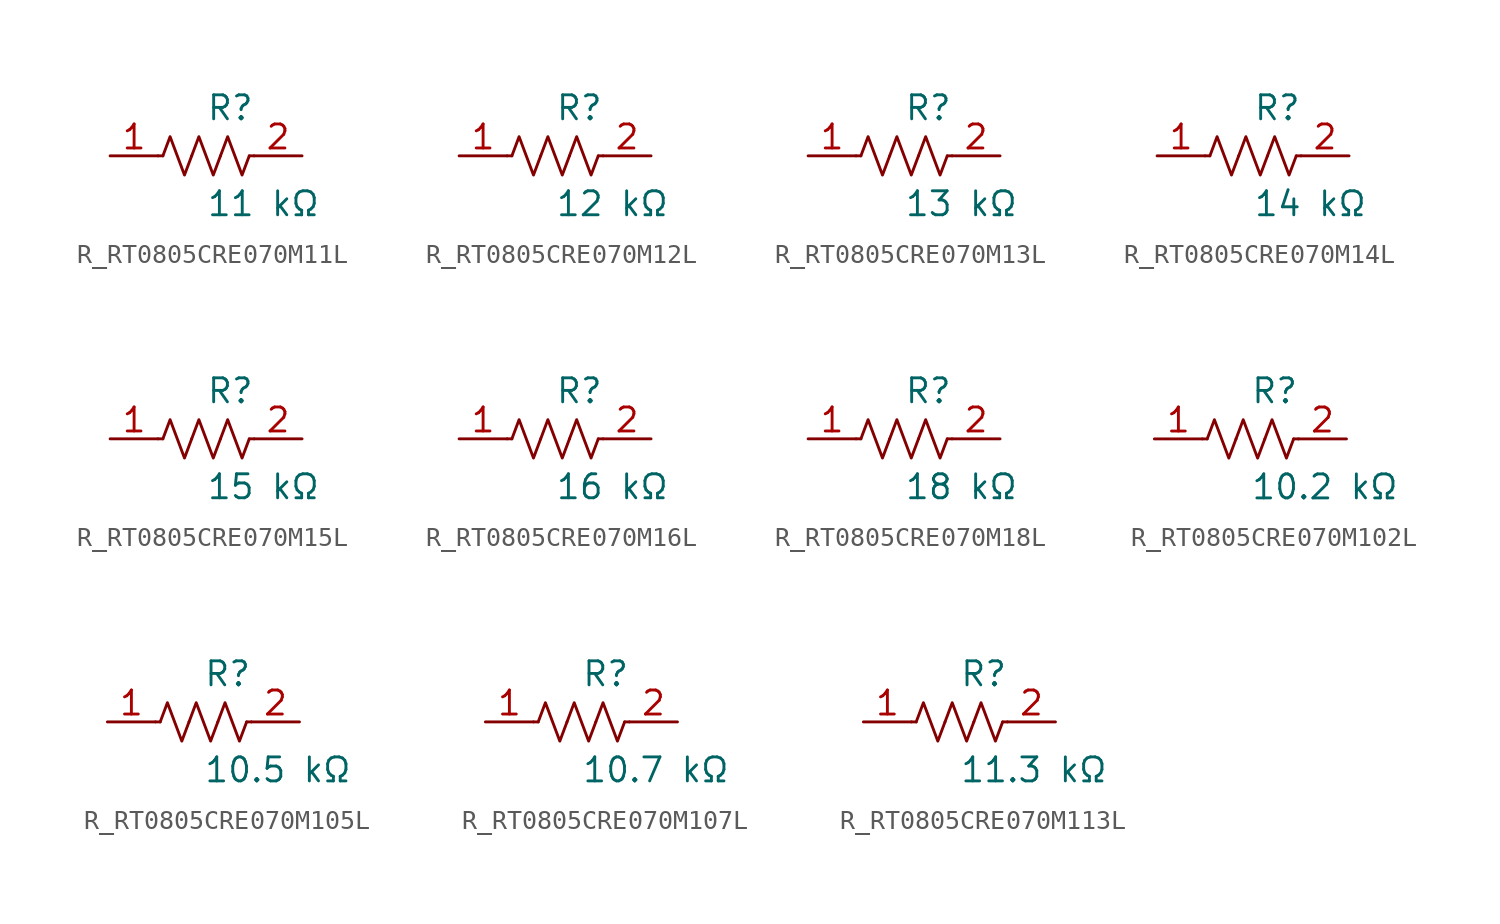
<source format=kicad_sym>
(kicad_symbol_lib
  (version 20231120)
  (generator kicad_symbol_editor)
  (generator_version 8.0)
  (symbol "R_RT0805CRE070M11L"
    (pin_names
      (offset 0.254))
    (property "Reference" "R"
      (at 0.0 2.54 0)
      (effects (font (size 1.27 1.27)) (justify left)))
    (property "Value" "11 kΩ"
      (at 0.0 -2.54 0)
      (effects (font (size 1.27 1.27)) (justify left)))
    (symbol "R_RT0805CRE070M11L_0_1"
      (polyline (pts (xy 2.286 0) (xy 2.54 0)) (stroke (width 0) (type default)) (fill (type none)))
      (polyline (pts (xy -2.286 0) (xy -2.54 0)) (stroke (width 0) (type default)) (fill (type none)))
      (polyline (pts (xy 0.762 0) (xy 1.143 1.016) (xy 1.524 0) (xy 1.905 -1.016) (xy 2.286 0)) (stroke (width 0) (type default)) (fill (type none)))
      (polyline (pts (xy -0.762 0) (xy -0.381 1.016) (xy 0 0) (xy 0.381 -1.016) (xy 0.762 0)) (stroke (width 0) (type default)) (fill (type none)))
      (polyline (pts (xy -2.286 0) (xy -1.905 1.016) (xy -1.524 0) (xy -1.143 -1.016) (xy -0.762 0)) (stroke (width 0) (type default)) (fill (type none))))
    (pin unspecified line
      (at -5.08 0 0)
      (length 2.54)
      (name "" (effects (font (size 1.27 1.27))))
      (number "1" (effects (font (size 1.27 1.27)))))
    (pin unspecified line
      (at 5.08 0 180)
      (length 2.54)
      (name "" (effects (font (size 1.27 1.27))))
      (number "2" (effects (font (size 1.27 1.27))))))
  (symbol "R_RT0805CRE070M12L"
    (pin_names
      (offset 0.254))
    (property "Reference" "R"
      (at 0.0 2.54 0)
      (effects (font (size 1.27 1.27)) (justify left)))
    (property "Value" "12 kΩ"
      (at 0.0 -2.54 0)
      (effects (font (size 1.27 1.27)) (justify left)))
    (symbol "R_RT0805CRE070M12L_0_1"
      (polyline (pts (xy 2.286 0) (xy 2.54 0)) (stroke (width 0) (type default)) (fill (type none)))
      (polyline (pts (xy -2.286 0) (xy -2.54 0)) (stroke (width 0) (type default)) (fill (type none)))
      (polyline (pts (xy 0.762 0) (xy 1.143 1.016) (xy 1.524 0) (xy 1.905 -1.016) (xy 2.286 0)) (stroke (width 0) (type default)) (fill (type none)))
      (polyline (pts (xy -0.762 0) (xy -0.381 1.016) (xy 0 0) (xy 0.381 -1.016) (xy 0.762 0)) (stroke (width 0) (type default)) (fill (type none)))
      (polyline (pts (xy -2.286 0) (xy -1.905 1.016) (xy -1.524 0) (xy -1.143 -1.016) (xy -0.762 0)) (stroke (width 0) (type default)) (fill (type none))))
    (pin unspecified line
      (at -5.08 0 0)
      (length 2.54)
      (name "" (effects (font (size 1.27 1.27))))
      (number "1" (effects (font (size 1.27 1.27)))))
    (pin unspecified line
      (at 5.08 0 180)
      (length 2.54)
      (name "" (effects (font (size 1.27 1.27))))
      (number "2" (effects (font (size 1.27 1.27))))))
  (symbol "R_RT0805CRE070M13L"
    (pin_names
      (offset 0.254))
    (property "Reference" "R"
      (at 0.0 2.54 0)
      (effects (font (size 1.27 1.27)) (justify left)))
    (property "Value" "13 kΩ"
      (at 0.0 -2.54 0)
      (effects (font (size 1.27 1.27)) (justify left)))
    (symbol "R_RT0805CRE070M13L_0_1"
      (polyline (pts (xy 2.286 0) (xy 2.54 0)) (stroke (width 0) (type default)) (fill (type none)))
      (polyline (pts (xy -2.286 0) (xy -2.54 0)) (stroke (width 0) (type default)) (fill (type none)))
      (polyline (pts (xy 0.762 0) (xy 1.143 1.016) (xy 1.524 0) (xy 1.905 -1.016) (xy 2.286 0)) (stroke (width 0) (type default)) (fill (type none)))
      (polyline (pts (xy -0.762 0) (xy -0.381 1.016) (xy 0 0) (xy 0.381 -1.016) (xy 0.762 0)) (stroke (width 0) (type default)) (fill (type none)))
      (polyline (pts (xy -2.286 0) (xy -1.905 1.016) (xy -1.524 0) (xy -1.143 -1.016) (xy -0.762 0)) (stroke (width 0) (type default)) (fill (type none))))
    (pin unspecified line
      (at -5.08 0 0)
      (length 2.54)
      (name "" (effects (font (size 1.27 1.27))))
      (number "1" (effects (font (size 1.27 1.27)))))
    (pin unspecified line
      (at 5.08 0 180)
      (length 2.54)
      (name "" (effects (font (size 1.27 1.27))))
      (number "2" (effects (font (size 1.27 1.27))))))
  (symbol "R_RT0805CRE070M14L"
    (pin_names
      (offset 0.254))
    (property "Reference" "R"
      (at 0.0 2.54 0)
      (effects (font (size 1.27 1.27)) (justify left)))
    (property "Value" "14 kΩ"
      (at 0.0 -2.54 0)
      (effects (font (size 1.27 1.27)) (justify left)))
    (symbol "R_RT0805CRE070M14L_0_1"
      (polyline (pts (xy 2.286 0) (xy 2.54 0)) (stroke (width 0) (type default)) (fill (type none)))
      (polyline (pts (xy -2.286 0) (xy -2.54 0)) (stroke (width 0) (type default)) (fill (type none)))
      (polyline (pts (xy 0.762 0) (xy 1.143 1.016) (xy 1.524 0) (xy 1.905 -1.016) (xy 2.286 0)) (stroke (width 0) (type default)) (fill (type none)))
      (polyline (pts (xy -0.762 0) (xy -0.381 1.016) (xy 0 0) (xy 0.381 -1.016) (xy 0.762 0)) (stroke (width 0) (type default)) (fill (type none)))
      (polyline (pts (xy -2.286 0) (xy -1.905 1.016) (xy -1.524 0) (xy -1.143 -1.016) (xy -0.762 0)) (stroke (width 0) (type default)) (fill (type none))))
    (pin unspecified line
      (at -5.08 0 0)
      (length 2.54)
      (name "" (effects (font (size 1.27 1.27))))
      (number "1" (effects (font (size 1.27 1.27)))))
    (pin unspecified line
      (at 5.08 0 180)
      (length 2.54)
      (name "" (effects (font (size 1.27 1.27))))
      (number "2" (effects (font (size 1.27 1.27))))))
  (symbol "R_RT0805CRE070M15L"
    (pin_names
      (offset 0.254))
    (property "Reference" "R"
      (at 0.0 2.54 0)
      (effects (font (size 1.27 1.27)) (justify left)))
    (property "Value" "15 kΩ"
      (at 0.0 -2.54 0)
      (effects (font (size 1.27 1.27)) (justify left)))
    (symbol "R_RT0805CRE070M15L_0_1"
      (polyline (pts (xy 2.286 0) (xy 2.54 0)) (stroke (width 0) (type default)) (fill (type none)))
      (polyline (pts (xy -2.286 0) (xy -2.54 0)) (stroke (width 0) (type default)) (fill (type none)))
      (polyline (pts (xy 0.762 0) (xy 1.143 1.016) (xy 1.524 0) (xy 1.905 -1.016) (xy 2.286 0)) (stroke (width 0) (type default)) (fill (type none)))
      (polyline (pts (xy -0.762 0) (xy -0.381 1.016) (xy 0 0) (xy 0.381 -1.016) (xy 0.762 0)) (stroke (width 0) (type default)) (fill (type none)))
      (polyline (pts (xy -2.286 0) (xy -1.905 1.016) (xy -1.524 0) (xy -1.143 -1.016) (xy -0.762 0)) (stroke (width 0) (type default)) (fill (type none))))
    (pin unspecified line
      (at -5.08 0 0)
      (length 2.54)
      (name "" (effects (font (size 1.27 1.27))))
      (number "1" (effects (font (size 1.27 1.27)))))
    (pin unspecified line
      (at 5.08 0 180)
      (length 2.54)
      (name "" (effects (font (size 1.27 1.27))))
      (number "2" (effects (font (size 1.27 1.27))))))
  (symbol "R_RT0805CRE070M16L"
    (pin_names
      (offset 0.254))
    (property "Reference" "R"
      (at 0.0 2.54 0)
      (effects (font (size 1.27 1.27)) (justify left)))
    (property "Value" "16 kΩ"
      (at 0.0 -2.54 0)
      (effects (font (size 1.27 1.27)) (justify left)))
    (symbol "R_RT0805CRE070M16L_0_1"
      (polyline (pts (xy 2.286 0) (xy 2.54 0)) (stroke (width 0) (type default)) (fill (type none)))
      (polyline (pts (xy -2.286 0) (xy -2.54 0)) (stroke (width 0) (type default)) (fill (type none)))
      (polyline (pts (xy 0.762 0) (xy 1.143 1.016) (xy 1.524 0) (xy 1.905 -1.016) (xy 2.286 0)) (stroke (width 0) (type default)) (fill (type none)))
      (polyline (pts (xy -0.762 0) (xy -0.381 1.016) (xy 0 0) (xy 0.381 -1.016) (xy 0.762 0)) (stroke (width 0) (type default)) (fill (type none)))
      (polyline (pts (xy -2.286 0) (xy -1.905 1.016) (xy -1.524 0) (xy -1.143 -1.016) (xy -0.762 0)) (stroke (width 0) (type default)) (fill (type none))))
    (pin unspecified line
      (at -5.08 0 0)
      (length 2.54)
      (name "" (effects (font (size 1.27 1.27))))
      (number "1" (effects (font (size 1.27 1.27)))))
    (pin unspecified line
      (at 5.08 0 180)
      (length 2.54)
      (name "" (effects (font (size 1.27 1.27))))
      (number "2" (effects (font (size 1.27 1.27))))))
  (symbol "R_RT0805CRE070M18L"
    (pin_names
      (offset 0.254))
    (property "Reference" "R"
      (at 0.0 2.54 0)
      (effects (font (size 1.27 1.27)) (justify left)))
    (property "Value" "18 kΩ"
      (at 0.0 -2.54 0)
      (effects (font (size 1.27 1.27)) (justify left)))
    (symbol "R_RT0805CRE070M18L_0_1"
      (polyline (pts (xy 2.286 0) (xy 2.54 0)) (stroke (width 0) (type default)) (fill (type none)))
      (polyline (pts (xy -2.286 0) (xy -2.54 0)) (stroke (width 0) (type default)) (fill (type none)))
      (polyline (pts (xy 0.762 0) (xy 1.143 1.016) (xy 1.524 0) (xy 1.905 -1.016) (xy 2.286 0)) (stroke (width 0) (type default)) (fill (type none)))
      (polyline (pts (xy -0.762 0) (xy -0.381 1.016) (xy 0 0) (xy 0.381 -1.016) (xy 0.762 0)) (stroke (width 0) (type default)) (fill (type none)))
      (polyline (pts (xy -2.286 0) (xy -1.905 1.016) (xy -1.524 0) (xy -1.143 -1.016) (xy -0.762 0)) (stroke (width 0) (type default)) (fill (type none))))
    (pin unspecified line
      (at -5.08 0 0)
      (length 2.54)
      (name "" (effects (font (size 1.27 1.27))))
      (number "1" (effects (font (size 1.27 1.27)))))
    (pin unspecified line
      (at 5.08 0 180)
      (length 2.54)
      (name "" (effects (font (size 1.27 1.27))))
      (number "2" (effects (font (size 1.27 1.27))))))
  (symbol "R_RT0805CRE070M102L"
    (pin_names
      (offset 0.254))
    (property "Reference" "R"
      (at 0.0 2.54 0)
      (effects (font (size 1.27 1.27)) (justify left)))
    (property "Value" "10.2 kΩ"
      (at 0.0 -2.54 0)
      (effects (font (size 1.27 1.27)) (justify left)))
    (symbol "R_RT0805CRE070M102L_0_1"
      (polyline (pts (xy 2.286 0) (xy 2.54 0)) (stroke (width 0) (type default)) (fill (type none)))
      (polyline (pts (xy -2.286 0) (xy -2.54 0)) (stroke (width 0) (type default)) (fill (type none)))
      (polyline (pts (xy 0.762 0) (xy 1.143 1.016) (xy 1.524 0) (xy 1.905 -1.016) (xy 2.286 0)) (stroke (width 0) (type default)) (fill (type none)))
      (polyline (pts (xy -0.762 0) (xy -0.381 1.016) (xy 0 0) (xy 0.381 -1.016) (xy 0.762 0)) (stroke (width 0) (type default)) (fill (type none)))
      (polyline (pts (xy -2.286 0) (xy -1.905 1.016) (xy -1.524 0) (xy -1.143 -1.016) (xy -0.762 0)) (stroke (width 0) (type default)) (fill (type none))))
    (pin unspecified line
      (at -5.08 0 0)
      (length 2.54)
      (name "" (effects (font (size 1.27 1.27))))
      (number "1" (effects (font (size 1.27 1.27)))))
    (pin unspecified line
      (at 5.08 0 180)
      (length 2.54)
      (name "" (effects (font (size 1.27 1.27))))
      (number "2" (effects (font (size 1.27 1.27))))))
  (symbol "R_RT0805CRE070M105L"
    (pin_names
      (offset 0.254))
    (property "Reference" "R"
      (at 0.0 2.54 0)
      (effects (font (size 1.27 1.27)) (justify left)))
    (property "Value" "10.5 kΩ"
      (at 0.0 -2.54 0)
      (effects (font (size 1.27 1.27)) (justify left)))
    (symbol "R_RT0805CRE070M105L_0_1"
      (polyline (pts (xy 2.286 0) (xy 2.54 0)) (stroke (width 0) (type default)) (fill (type none)))
      (polyline (pts (xy -2.286 0) (xy -2.54 0)) (stroke (width 0) (type default)) (fill (type none)))
      (polyline (pts (xy 0.762 0) (xy 1.143 1.016) (xy 1.524 0) (xy 1.905 -1.016) (xy 2.286 0)) (stroke (width 0) (type default)) (fill (type none)))
      (polyline (pts (xy -0.762 0) (xy -0.381 1.016) (xy 0 0) (xy 0.381 -1.016) (xy 0.762 0)) (stroke (width 0) (type default)) (fill (type none)))
      (polyline (pts (xy -2.286 0) (xy -1.905 1.016) (xy -1.524 0) (xy -1.143 -1.016) (xy -0.762 0)) (stroke (width 0) (type default)) (fill (type none))))
    (pin unspecified line
      (at -5.08 0 0)
      (length 2.54)
      (name "" (effects (font (size 1.27 1.27))))
      (number "1" (effects (font (size 1.27 1.27)))))
    (pin unspecified line
      (at 5.08 0 180)
      (length 2.54)
      (name "" (effects (font (size 1.27 1.27))))
      (number "2" (effects (font (size 1.27 1.27))))))
  (symbol "R_RT0805CRE070M107L"
    (pin_names
      (offset 0.254))
    (property "Reference" "R"
      (at 0.0 2.54 0)
      (effects (font (size 1.27 1.27)) (justify left)))
    (property "Value" "10.7 kΩ"
      (at 0.0 -2.54 0)
      (effects (font (size 1.27 1.27)) (justify left)))
    (symbol "R_RT0805CRE070M107L_0_1"
      (polyline (pts (xy 2.286 0) (xy 2.54 0)) (stroke (width 0) (type default)) (fill (type none)))
      (polyline (pts (xy -2.286 0) (xy -2.54 0)) (stroke (width 0) (type default)) (fill (type none)))
      (polyline (pts (xy 0.762 0) (xy 1.143 1.016) (xy 1.524 0) (xy 1.905 -1.016) (xy 2.286 0)) (stroke (width 0) (type default)) (fill (type none)))
      (polyline (pts (xy -0.762 0) (xy -0.381 1.016) (xy 0 0) (xy 0.381 -1.016) (xy 0.762 0)) (stroke (width 0) (type default)) (fill (type none)))
      (polyline (pts (xy -2.286 0) (xy -1.905 1.016) (xy -1.524 0) (xy -1.143 -1.016) (xy -0.762 0)) (stroke (width 0) (type default)) (fill (type none))))
    (pin unspecified line
      (at -5.08 0 0)
      (length 2.54)
      (name "" (effects (font (size 1.27 1.27))))
      (number "1" (effects (font (size 1.27 1.27)))))
    (pin unspecified line
      (at 5.08 0 180)
      (length 2.54)
      (name "" (effects (font (size 1.27 1.27))))
      (number "2" (effects (font (size 1.27 1.27))))))
  (symbol "R_RT0805CRE070M113L"
    (pin_names
      (offset 0.254))
    (property "Reference" "R"
      (at 0.0 2.54 0)
      (effects (font (size 1.27 1.27)) (justify left)))
    (property "Value" "11.3 kΩ"
      (at 0.0 -2.54 0)
      (effects (font (size 1.27 1.27)) (justify left)))
    (symbol "R_RT0805CRE070M113L_0_1"
      (polyline (pts (xy 2.286 0) (xy 2.54 0)) (stroke (width 0) (type default)) (fill (type none)))
      (polyline (pts (xy -2.286 0) (xy -2.54 0)) (stroke (width 0) (type default)) (fill (type none)))
      (polyline (pts (xy 0.762 0) (xy 1.143 1.016) (xy 1.524 0) (xy 1.905 -1.016) (xy 2.286 0)) (stroke (width 0) (type default)) (fill (type none)))
      (polyline (pts (xy -0.762 0) (xy -0.381 1.016) (xy 0 0) (xy 0.381 -1.016) (xy 0.762 0)) (stroke (width 0) (type default)) (fill (type none)))
      (polyline (pts (xy -2.286 0) (xy -1.905 1.016) (xy -1.524 0) (xy -1.143 -1.016) (xy -0.762 0)) (stroke (width 0) (type default)) (fill (type none))))
    (pin unspecified line
      (at -5.08 0 0)
      (length 2.54)
      (name "" (effects (font (size 1.27 1.27))))
      (number "1" (effects (font (size 1.27 1.27)))))
    (pin unspecified line
      (at 5.08 0 180)
      (length 2.54)
      (name "" (effects (font (size 1.27 1.27))))
      (number "2" (effects (font (size 1.27 1.27)))))))
</source>
